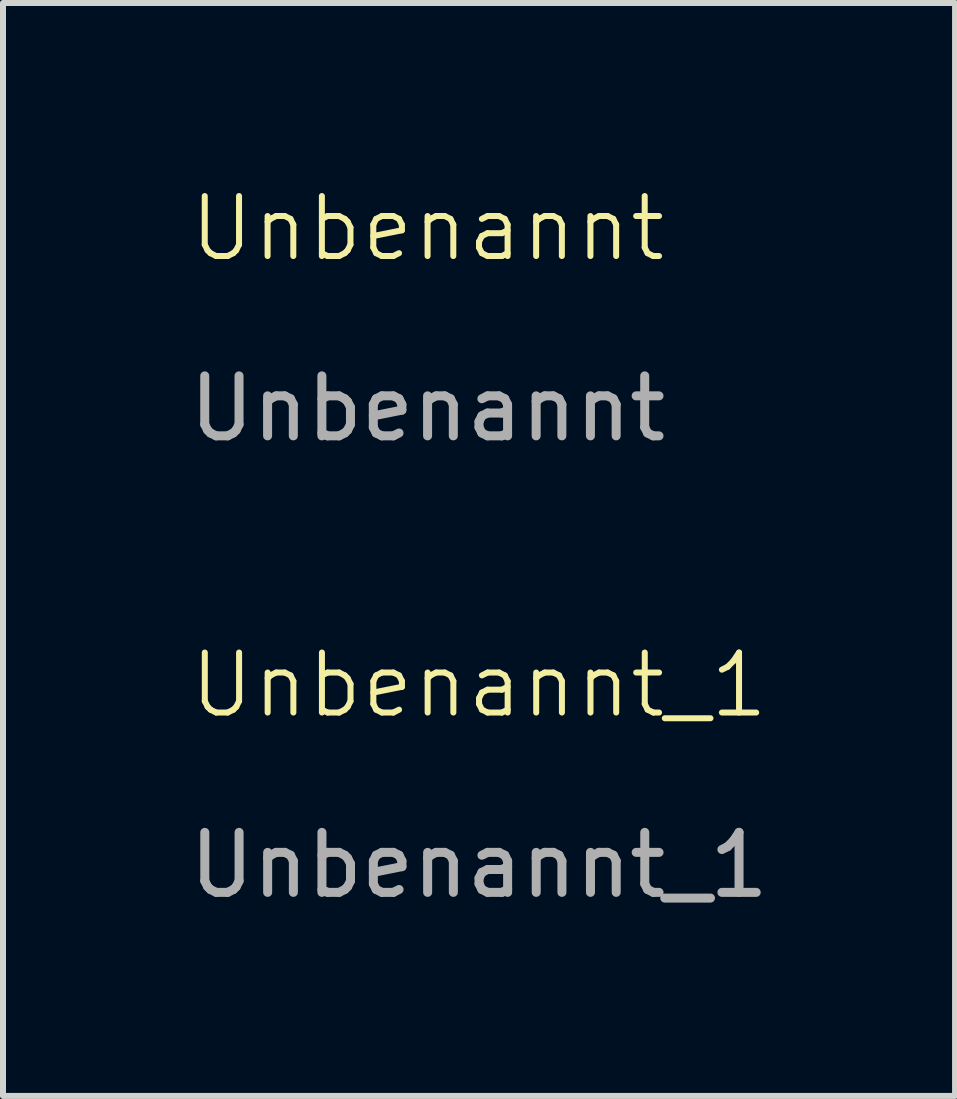
<source format=kicad_pcb>
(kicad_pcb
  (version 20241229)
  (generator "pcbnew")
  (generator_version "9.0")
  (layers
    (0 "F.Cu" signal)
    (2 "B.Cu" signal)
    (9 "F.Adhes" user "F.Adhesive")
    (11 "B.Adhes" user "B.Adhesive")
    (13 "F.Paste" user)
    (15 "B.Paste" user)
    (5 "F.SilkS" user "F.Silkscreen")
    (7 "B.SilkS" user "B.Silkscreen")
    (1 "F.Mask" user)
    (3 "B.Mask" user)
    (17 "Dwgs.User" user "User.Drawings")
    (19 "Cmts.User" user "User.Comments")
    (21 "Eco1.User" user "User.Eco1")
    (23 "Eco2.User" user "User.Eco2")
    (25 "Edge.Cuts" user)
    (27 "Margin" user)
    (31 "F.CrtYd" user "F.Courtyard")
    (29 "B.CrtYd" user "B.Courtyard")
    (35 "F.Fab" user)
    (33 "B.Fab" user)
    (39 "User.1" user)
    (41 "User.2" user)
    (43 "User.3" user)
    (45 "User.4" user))
  (footprint "Unbenannt_1"
    (layer "F.Cu")
    (at 4.935 8.869)
    (property "Reference" "Unbenannt_1" (at 0 -0.5 0) (unlocked yes) (layer "F.SilkS") (effects (font (size 1 1) (thickness 0.1))))
    (attr smd)
    (fp_text user "${REFERENCE}" (at 0 2.5 0) (unlocked yes) (layer "F.Fab") (effects (font (size 1 1) (thickness 0.15)))))
  (footprint "Unbenannt"
    (layer "F.Cu")
    (at 4.077 1.26)
    (property "Reference" "Unbenannt" (at 0 -0.5 0) (unlocked yes) (layer "F.SilkS") (effects (font (size 1 1) (thickness 0.1))))
    (attr smd)
    (fp_text user "${REFERENCE}" (at 0 2.5 0) (unlocked yes) (layer "F.Fab") (effects (font (size 1 1) (thickness 0.15)))))
  (gr_rect
    (start -3 -3)
    (end 12.869 15.217)
    (stroke (width 0.1) (type default))
    (fill no)
    (layer "Edge.Cuts")))
</source>
